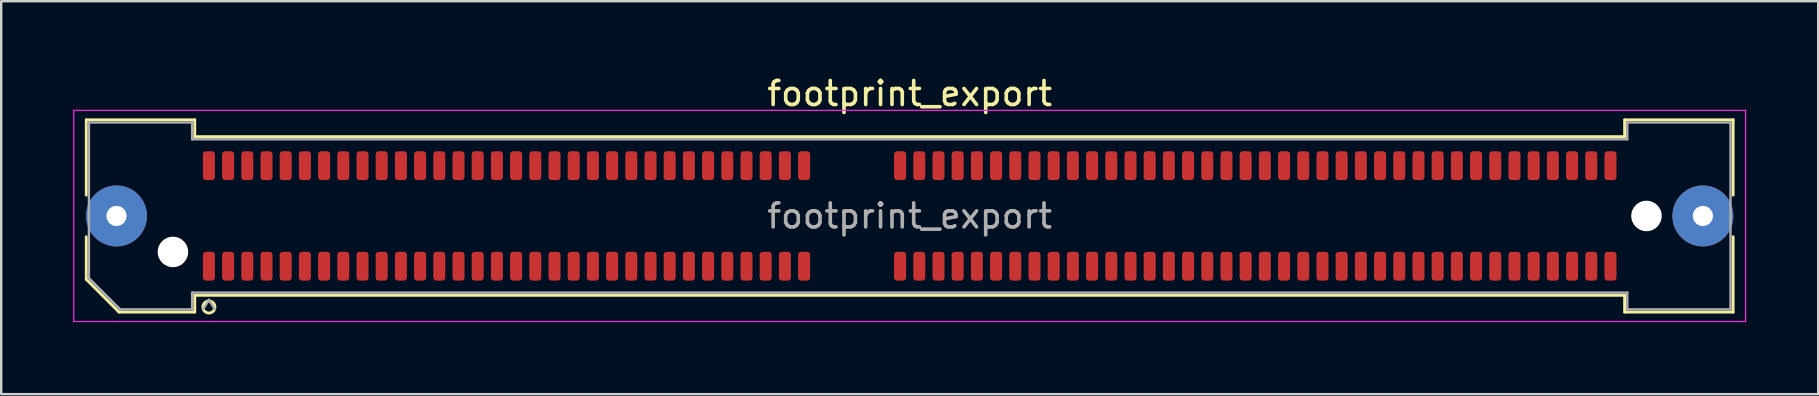
<source format=kicad_pcb>
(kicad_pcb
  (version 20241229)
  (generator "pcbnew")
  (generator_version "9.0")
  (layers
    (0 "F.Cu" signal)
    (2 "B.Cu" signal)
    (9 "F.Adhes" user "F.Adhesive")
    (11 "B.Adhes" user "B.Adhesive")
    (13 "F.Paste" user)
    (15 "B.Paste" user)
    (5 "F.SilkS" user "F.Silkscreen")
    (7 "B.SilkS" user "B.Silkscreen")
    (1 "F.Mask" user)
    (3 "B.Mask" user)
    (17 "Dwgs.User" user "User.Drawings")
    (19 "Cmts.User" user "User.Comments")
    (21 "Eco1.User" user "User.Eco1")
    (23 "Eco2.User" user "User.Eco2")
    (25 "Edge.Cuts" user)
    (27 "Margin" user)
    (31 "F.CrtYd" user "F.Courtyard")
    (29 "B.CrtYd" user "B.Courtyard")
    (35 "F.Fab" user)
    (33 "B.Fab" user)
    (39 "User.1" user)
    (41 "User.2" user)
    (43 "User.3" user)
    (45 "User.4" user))
  (footprint "footprint_export"
    (layer "F.Cu")
    (at 34.855 5.948)
    (property "Reference" "footprint_export" (at 0 -5.1 0) (layer "F.SilkS") (effects (font (size 1 1) (thickness 0.15))))
    (attr smd)
    (fp_line (start -34.31 -4.005) (end -29.79 -4.005) (stroke (width 0.12) (type solid)) (layer "F.SilkS"))
    (fp_line (start -34.31 -0.868) (end -34.31 -4.005) (stroke (width 0.12) (type solid)) (layer "F.SilkS"))
    (fp_line (start -34.31 2.641) (end -34.31 0.868) (stroke (width 0.12) (type solid)) (layer "F.SilkS"))
    (fp_line (start -32.946 4.005) (end -34.31 2.641) (stroke (width 0.12) (type solid)) (layer "F.SilkS"))
    (fp_line (start -29.79 -4.005) (end -29.79 -3.305) (stroke (width 0.12) (type solid)) (layer "F.SilkS"))
    (fp_line (start -29.79 -3.305) (end 29.79 -3.305) (stroke (width 0.12) (type solid)) (layer "F.SilkS"))
    (fp_line (start -29.79 3.305) (end -29.79 4.005) (stroke (width 0.12) (type solid)) (layer "F.SilkS"))
    (fp_line (start -29.79 4.005) (end -32.946 4.005) (stroke (width 0.12) (type solid)) (layer "F.SilkS"))
    (fp_line (start 29.79 -4.005) (end 34.31 -4.005) (stroke (width 0.12) (type solid)) (layer "F.SilkS"))
    (fp_line (start 29.79 -3.305) (end 29.79 -4.005) (stroke (width 0.12) (type solid)) (layer "F.SilkS"))
    (fp_line (start 29.79 3.305) (end -29.79 3.305) (stroke (width 0.12) (type solid)) (layer "F.SilkS"))
    (fp_line (start 29.79 4.005) (end 29.79 3.305) (stroke (width 0.12) (type solid)) (layer "F.SilkS"))
    (fp_line (start 34.31 -4.005) (end 34.31 -0.868) (stroke (width 0.12) (type solid)) (layer "F.SilkS"))
    (fp_line (start 34.31 0.868) (end 34.31 4.005) (stroke (width 0.12) (type solid)) (layer "F.SilkS"))
    (fp_line (start 34.31 4.005) (end 29.79 4.005) (stroke (width 0.12) (type solid)) (layer "F.SilkS"))
    (fp_arc (start -28.95 3.795) (mid -29.45 3.795) (end -28.95 3.795) (stroke (width 0.12) (type solid)) (layer "F.SilkS"))
    (fp_line (start -34.83 -4.4) (end -34.83 4.4) (stroke (width 0.05) (type solid)) (layer "F.CrtYd"))
    (fp_line (start -34.83 4.4) (end 34.83 4.4) (stroke (width 0.05) (type solid)) (layer "F.CrtYd"))
    (fp_line (start 34.83 -4.4) (end -34.83 -4.4) (stroke (width 0.05) (type solid)) (layer "F.CrtYd"))
    (fp_line (start 34.83 4.4) (end 34.83 -4.4) (stroke (width 0.05) (type solid)) (layer "F.CrtYd"))
    (fp_line (start -34.2 -3.895) (end -29.9 -3.895) (stroke (width 0.1) (type solid)) (layer "F.Fab"))
    (fp_line (start -34.2 2.595) (end -34.2 -3.895) (stroke (width 0.1) (type solid)) (layer "F.Fab"))
    (fp_line (start -32.9 3.895) (end -34.2 2.595) (stroke (width 0.1) (type solid)) (layer "F.Fab"))
    (fp_line (start -29.9 -3.895) (end -29.9 -3.195) (stroke (width 0.1) (type solid)) (layer "F.Fab"))
    (fp_line (start -29.9 -3.195) (end 29.9 -3.195) (stroke (width 0.1) (type solid)) (layer "F.Fab"))
    (fp_line (start -29.9 3.195) (end -29.9 3.895) (stroke (width 0.1) (type solid)) (layer "F.Fab"))
    (fp_line (start -29.9 3.895) (end -32.9 3.895) (stroke (width 0.1) (type solid)) (layer "F.Fab"))
    (fp_line (start -29.2 3.495) (end -29.45 3.895) (stroke (width 0.1) (type solid)) (layer "F.Fab"))
    (fp_line (start -29.2 3.495) (end -28.95 3.895) (stroke (width 0.1) (type solid)) (layer "F.Fab"))
    (fp_line (start 29.9 -3.895) (end 34.2 -3.895) (stroke (width 0.1) (type solid)) (layer "F.Fab"))
    (fp_line (start 29.9 -3.195) (end 29.9 -3.895) (stroke (width 0.1) (type solid)) (layer "F.Fab"))
    (fp_line (start 29.9 3.195) (end -29.9 3.195) (stroke (width 0.1) (type solid)) (layer "F.Fab"))
    (fp_line (start 29.9 3.895) (end 29.9 3.195) (stroke (width 0.1) (type solid)) (layer "F.Fab"))
    (fp_line (start 34.2 -3.895) (end 34.2 3.895) (stroke (width 0.1) (type solid)) (layer "F.Fab"))
    (fp_line (start 34.2 3.895) (end 29.9 3.895) (stroke (width 0.1) (type solid)) (layer "F.Fab"))
    (fp_text user "${REFERENCE}" (at 0 0 0) (layer "F.Fab") (effects (font (size 1 1) (thickness 0.15))))
    (pad "" thru_hole circle (at -33.05 0) (size 2.54 2.54) (drill 0.84) (layers "*.Cu" "*.Mask" "F.Paste"))
    (pad "" np_thru_hole circle (at -30.7 1.5) (size 1.27 1.27) (drill 1.27) (layers "*.Cu" "*.Mask"))
    (pad "" np_thru_hole circle (at 30.7 0) (size 1.27 1.27) (drill 1.27) (layers "*.Cu" "*.Mask"))
    (pad "" thru_hole circle (at 33.05 0) (size 2.54 2.54) (drill 0.84) (layers "*.Cu" "*.Mask" "F.Paste"))
    (pad "1" smd roundrect (at -29.2 2.095) (size 0.5 1.2) (layers "F.Cu" "F.Mask" "F.Paste") (roundrect_rratio 0.25))
    (pad "2" smd roundrect (at -29.2 -2.095) (size 0.5 1.2) (layers "F.Cu" "F.Mask" "F.Paste") (roundrect_rratio 0.25))
    (pad "3" smd roundrect (at -28.4 2.095) (size 0.5 1.2) (layers "F.Cu" "F.Mask" "F.Paste") (roundrect_rratio 0.25))
    (pad "4" smd roundrect (at -28.4 -2.095) (size 0.5 1.2) (layers "F.Cu" "F.Mask" "F.Paste") (roundrect_rratio 0.25))
    (pad "5" smd roundrect (at -27.6 2.095) (size 0.5 1.2) (layers "F.Cu" "F.Mask" "F.Paste") (roundrect_rratio 0.25))
    (pad "6" smd roundrect (at -27.6 -2.095) (size 0.5 1.2) (layers "F.Cu" "F.Mask" "F.Paste") (roundrect_rratio 0.25))
    (pad "7" smd roundrect (at -26.8 2.095) (size 0.5 1.2) (layers "F.Cu" "F.Mask" "F.Paste") (roundrect_rratio 0.25))
    (pad "8" smd roundrect (at -26.8 -2.095) (size 0.5 1.2) (layers "F.Cu" "F.Mask" "F.Paste") (roundrect_rratio 0.25))
    (pad "9" smd roundrect (at -26 2.095) (size 0.5 1.2) (layers "F.Cu" "F.Mask" "F.Paste") (roundrect_rratio 0.25))
    (pad "10" smd roundrect (at -26 -2.095) (size 0.5 1.2) (layers "F.Cu" "F.Mask" "F.Paste") (roundrect_rratio 0.25))
    (pad "11" smd roundrect (at -25.2 2.095) (size 0.5 1.2) (layers "F.Cu" "F.Mask" "F.Paste") (roundrect_rratio 0.25))
    (pad "12" smd roundrect (at -25.2 -2.095) (size 0.5 1.2) (layers "F.Cu" "F.Mask" "F.Paste") (roundrect_rratio 0.25))
    (pad "13" smd roundrect (at -24.4 2.095) (size 0.5 1.2) (layers "F.Cu" "F.Mask" "F.Paste") (roundrect_rratio 0.25))
    (pad "14" smd roundrect (at -24.4 -2.095) (size 0.5 1.2) (layers "F.Cu" "F.Mask" "F.Paste") (roundrect_rratio 0.25))
    (pad "15" smd roundrect (at -23.6 2.095) (size 0.5 1.2) (layers "F.Cu" "F.Mask" "F.Paste") (roundrect_rratio 0.25))
    (pad "16" smd roundrect (at -23.6 -2.095) (size 0.5 1.2) (layers "F.Cu" "F.Mask" "F.Paste") (roundrect_rratio 0.25))
    (pad "17" smd roundrect (at -22.8 2.095) (size 0.5 1.2) (layers "F.Cu" "F.Mask" "F.Paste") (roundrect_rratio 0.25))
    (pad "18" smd roundrect (at -22.8 -2.095) (size 0.5 1.2) (layers "F.Cu" "F.Mask" "F.Paste") (roundrect_rratio 0.25))
    (pad "19" smd roundrect (at -22 2.095) (size 0.5 1.2) (layers "F.Cu" "F.Mask" "F.Paste") (roundrect_rratio 0.25))
    (pad "20" smd roundrect (at -22 -2.095) (size 0.5 1.2) (layers "F.Cu" "F.Mask" "F.Paste") (roundrect_rratio 0.25))
    (pad "21" smd roundrect (at -21.2 2.095) (size 0.5 1.2) (layers "F.Cu" "F.Mask" "F.Paste") (roundrect_rratio 0.25))
    (pad "22" smd roundrect (at -21.2 -2.095) (size 0.5 1.2) (layers "F.Cu" "F.Mask" "F.Paste") (roundrect_rratio 0.25))
    (pad "23" smd roundrect (at -20.4 2.095) (size 0.5 1.2) (layers "F.Cu" "F.Mask" "F.Paste") (roundrect_rratio 0.25))
    (pad "24" smd roundrect (at -20.4 -2.095) (size 0.5 1.2) (layers "F.Cu" "F.Mask" "F.Paste") (roundrect_rratio 0.25))
    (pad "25" smd roundrect (at -19.6 2.095) (size 0.5 1.2) (layers "F.Cu" "F.Mask" "F.Paste") (roundrect_rratio 0.25))
    (pad "26" smd roundrect (at -19.6 -2.095) (size 0.5 1.2) (layers "F.Cu" "F.Mask" "F.Paste") (roundrect_rratio 0.25))
    (pad "27" smd roundrect (at -18.8 2.095) (size 0.5 1.2) (layers "F.Cu" "F.Mask" "F.Paste") (roundrect_rratio 0.25))
    (pad "28" smd roundrect (at -18.8 -2.095) (size 0.5 1.2) (layers "F.Cu" "F.Mask" "F.Paste") (roundrect_rratio 0.25))
    (pad "29" smd roundrect (at -18 2.095) (size 0.5 1.2) (layers "F.Cu" "F.Mask" "F.Paste") (roundrect_rratio 0.25))
    (pad "30" smd roundrect (at -18 -2.095) (size 0.5 1.2) (layers "F.Cu" "F.Mask" "F.Paste") (roundrect_rratio 0.25))
    (pad "31" smd roundrect (at -17.2 2.095) (size 0.5 1.2) (layers "F.Cu" "F.Mask" "F.Paste") (roundrect_rratio 0.25))
    (pad "32" smd roundrect (at -17.2 -2.095) (size 0.5 1.2) (layers "F.Cu" "F.Mask" "F.Paste") (roundrect_rratio 0.25))
    (pad "33" smd roundrect (at -16.4 2.095) (size 0.5 1.2) (layers "F.Cu" "F.Mask" "F.Paste") (roundrect_rratio 0.25))
    (pad "34" smd roundrect (at -16.4 -2.095) (size 0.5 1.2) (layers "F.Cu" "F.Mask" "F.Paste") (roundrect_rratio 0.25))
    (pad "35" smd roundrect (at -15.6 2.095) (size 0.5 1.2) (layers "F.Cu" "F.Mask" "F.Paste") (roundrect_rratio 0.25))
    (pad "36" smd roundrect (at -15.6 -2.095) (size 0.5 1.2) (layers "F.Cu" "F.Mask" "F.Paste") (roundrect_rratio 0.25))
    (pad "37" smd roundrect (at -14.8 2.095) (size 0.5 1.2) (layers "F.Cu" "F.Mask" "F.Paste") (roundrect_rratio 0.25))
    (pad "38" smd roundrect (at -14.8 -2.095) (size 0.5 1.2) (layers "F.Cu" "F.Mask" "F.Paste") (roundrect_rratio 0.25))
    (pad "39" smd roundrect (at -14 2.095) (size 0.5 1.2) (layers "F.Cu" "F.Mask" "F.Paste") (roundrect_rratio 0.25))
    (pad "40" smd roundrect (at -14 -2.095) (size 0.5 1.2) (layers "F.Cu" "F.Mask" "F.Paste") (roundrect_rratio 0.25))
    (pad "41" smd roundrect (at -13.2 2.095) (size 0.5 1.2) (layers "F.Cu" "F.Mask" "F.Paste") (roundrect_rratio 0.25))
    (pad "42" smd roundrect (at -13.2 -2.095) (size 0.5 1.2) (layers "F.Cu" "F.Mask" "F.Paste") (roundrect_rratio 0.25))
    (pad "43" smd roundrect (at -12.4 2.095) (size 0.5 1.2) (layers "F.Cu" "F.Mask" "F.Paste") (roundrect_rratio 0.25))
    (pad "44" smd roundrect (at -12.4 -2.095) (size 0.5 1.2) (layers "F.Cu" "F.Mask" "F.Paste") (roundrect_rratio 0.25))
    (pad "45" smd roundrect (at -11.6 2.095) (size 0.5 1.2) (layers "F.Cu" "F.Mask" "F.Paste") (roundrect_rratio 0.25))
    (pad "46" smd roundrect (at -11.6 -2.095) (size 0.5 1.2) (layers "F.Cu" "F.Mask" "F.Paste") (roundrect_rratio 0.25))
    (pad "47" smd roundrect (at -10.8 2.095) (size 0.5 1.2) (layers "F.Cu" "F.Mask" "F.Paste") (roundrect_rratio 0.25))
    (pad "48" smd roundrect (at -10.8 -2.095) (size 0.5 1.2) (layers "F.Cu" "F.Mask" "F.Paste") (roundrect_rratio 0.25))
    (pad "49" smd roundrect (at -10 2.095) (size 0.5 1.2) (layers "F.Cu" "F.Mask" "F.Paste") (roundrect_rratio 0.25))
    (pad "50" smd roundrect (at -10 -2.095) (size 0.5 1.2) (layers "F.Cu" "F.Mask" "F.Paste") (roundrect_rratio 0.25))
    (pad "51" smd roundrect (at -9.2 2.095) (size 0.5 1.2) (layers "F.Cu" "F.Mask" "F.Paste") (roundrect_rratio 0.25))
    (pad "52" smd roundrect (at -9.2 -2.095) (size 0.5 1.2) (layers "F.Cu" "F.Mask" "F.Paste") (roundrect_rratio 0.25))
    (pad "53" smd roundrect (at -8.4 2.095) (size 0.5 1.2) (layers "F.Cu" "F.Mask" "F.Paste") (roundrect_rratio 0.25))
    (pad "54" smd roundrect (at -8.4 -2.095) (size 0.5 1.2) (layers "F.Cu" "F.Mask" "F.Paste") (roundrect_rratio 0.25))
    (pad "55" smd roundrect (at -7.6 2.095) (size 0.5 1.2) (layers "F.Cu" "F.Mask" "F.Paste") (roundrect_rratio 0.25))
    (pad "56" smd roundrect (at -7.6 -2.095) (size 0.5 1.2) (layers "F.Cu" "F.Mask" "F.Paste") (roundrect_rratio 0.25))
    (pad "57" smd roundrect (at -6.8 2.095) (size 0.5 1.2) (layers "F.Cu" "F.Mask" "F.Paste") (roundrect_rratio 0.25))
    (pad "58" smd roundrect (at -6.8 -2.095) (size 0.5 1.2) (layers "F.Cu" "F.Mask" "F.Paste") (roundrect_rratio 0.25))
    (pad "59" smd roundrect (at -6 2.095) (size 0.5 1.2) (layers "F.Cu" "F.Mask" "F.Paste") (roundrect_rratio 0.25))
    (pad "60" smd roundrect (at -6 -2.095) (size 0.5 1.2) (layers "F.Cu" "F.Mask" "F.Paste") (roundrect_rratio 0.25))
    (pad "61" smd roundrect (at -5.2 2.095) (size 0.5 1.2) (layers "F.Cu" "F.Mask" "F.Paste") (roundrect_rratio 0.25))
    (pad "62" smd roundrect (at -5.2 -2.095) (size 0.5 1.2) (layers "F.Cu" "F.Mask" "F.Paste") (roundrect_rratio 0.25))
    (pad "63" smd roundrect (at -4.4 2.095) (size 0.5 1.2) (layers "F.Cu" "F.Mask" "F.Paste") (roundrect_rratio 0.25))
    (pad "64" smd roundrect (at -4.4 -2.095) (size 0.5 1.2) (layers "F.Cu" "F.Mask" "F.Paste") (roundrect_rratio 0.25))
    (pad "65" smd roundrect (at -0.4 2.095) (size 0.5 1.2) (layers "F.Cu" "F.Mask" "F.Paste") (roundrect_rratio 0.25))
    (pad "66" smd roundrect (at -0.4 -2.095) (size 0.5 1.2) (layers "F.Cu" "F.Mask" "F.Paste") (roundrect_rratio 0.25))
    (pad "67" smd roundrect (at 0.4 2.095) (size 0.5 1.2) (layers "F.Cu" "F.Mask" "F.Paste") (roundrect_rratio 0.25))
    (pad "68" smd roundrect (at 0.4 -2.095) (size 0.5 1.2) (layers "F.Cu" "F.Mask" "F.Paste") (roundrect_rratio 0.25))
    (pad "69" smd roundrect (at 1.2 2.095) (size 0.5 1.2) (layers "F.Cu" "F.Mask" "F.Paste") (roundrect_rratio 0.25))
    (pad "70" smd roundrect (at 1.2 -2.095) (size 0.5 1.2) (layers "F.Cu" "F.Mask" "F.Paste") (roundrect_rratio 0.25))
    (pad "71" smd roundrect (at 2 2.095) (size 0.5 1.2) (layers "F.Cu" "F.Mask" "F.Paste") (roundrect_rratio 0.25))
    (pad "72" smd roundrect (at 2 -2.095) (size 0.5 1.2) (layers "F.Cu" "F.Mask" "F.Paste") (roundrect_rratio 0.25))
    (pad "73" smd roundrect (at 2.8 2.095) (size 0.5 1.2) (layers "F.Cu" "F.Mask" "F.Paste") (roundrect_rratio 0.25))
    (pad "74" smd roundrect (at 2.8 -2.095) (size 0.5 1.2) (layers "F.Cu" "F.Mask" "F.Paste") (roundrect_rratio 0.25))
    (pad "75" smd roundrect (at 3.6 2.095) (size 0.5 1.2) (layers "F.Cu" "F.Mask" "F.Paste") (roundrect_rratio 0.25))
    (pad "76" smd roundrect (at 3.6 -2.095) (size 0.5 1.2) (layers "F.Cu" "F.Mask" "F.Paste") (roundrect_rratio 0.25))
    (pad "77" smd roundrect (at 4.4 2.095) (size 0.5 1.2) (layers "F.Cu" "F.Mask" "F.Paste") (roundrect_rratio 0.25))
    (pad "78" smd roundrect (at 4.4 -2.095) (size 0.5 1.2) (layers "F.Cu" "F.Mask" "F.Paste") (roundrect_rratio 0.25))
    (pad "79" smd roundrect (at 5.2 2.095) (size 0.5 1.2) (layers "F.Cu" "F.Mask" "F.Paste") (roundrect_rratio 0.25))
    (pad "80" smd roundrect (at 5.2 -2.095) (size 0.5 1.2) (layers "F.Cu" "F.Mask" "F.Paste") (roundrect_rratio 0.25))
    (pad "81" smd roundrect (at 6 2.095) (size 0.5 1.2) (layers "F.Cu" "F.Mask" "F.Paste") (roundrect_rratio 0.25))
    (pad "82" smd roundrect (at 6 -2.095) (size 0.5 1.2) (layers "F.Cu" "F.Mask" "F.Paste") (roundrect_rratio 0.25))
    (pad "83" smd roundrect (at 6.8 2.095) (size 0.5 1.2) (layers "F.Cu" "F.Mask" "F.Paste") (roundrect_rratio 0.25))
    (pad "84" smd roundrect (at 6.8 -2.095) (size 0.5 1.2) (layers "F.Cu" "F.Mask" "F.Paste") (roundrect_rratio 0.25))
    (pad "85" smd roundrect (at 7.6 2.095) (size 0.5 1.2) (layers "F.Cu" "F.Mask" "F.Paste") (roundrect_rratio 0.25))
    (pad "86" smd roundrect (at 7.6 -2.095) (size 0.5 1.2) (layers "F.Cu" "F.Mask" "F.Paste") (roundrect_rratio 0.25))
    (pad "87" smd roundrect (at 8.4 2.095) (size 0.5 1.2) (layers "F.Cu" "F.Mask" "F.Paste") (roundrect_rratio 0.25))
    (pad "88" smd roundrect (at 8.4 -2.095) (size 0.5 1.2) (layers "F.Cu" "F.Mask" "F.Paste") (roundrect_rratio 0.25))
    (pad "89" smd roundrect (at 9.2 2.095) (size 0.5 1.2) (layers "F.Cu" "F.Mask" "F.Paste") (roundrect_rratio 0.25))
    (pad "90" smd roundrect (at 9.2 -2.095) (size 0.5 1.2) (layers "F.Cu" "F.Mask" "F.Paste") (roundrect_rratio 0.25))
    (pad "91" smd roundrect (at 10 2.095) (size 0.5 1.2) (layers "F.Cu" "F.Mask" "F.Paste") (roundrect_rratio 0.25))
    (pad "92" smd roundrect (at 10 -2.095) (size 0.5 1.2) (layers "F.Cu" "F.Mask" "F.Paste") (roundrect_rratio 0.25))
    (pad "93" smd roundrect (at 10.8 2.095) (size 0.5 1.2) (layers "F.Cu" "F.Mask" "F.Paste") (roundrect_rratio 0.25))
    (pad "94" smd roundrect (at 10.8 -2.095) (size 0.5 1.2) (layers "F.Cu" "F.Mask" "F.Paste") (roundrect_rratio 0.25))
    (pad "95" smd roundrect (at 11.6 2.095) (size 0.5 1.2) (layers "F.Cu" "F.Mask" "F.Paste") (roundrect_rratio 0.25))
    (pad "96" smd roundrect (at 11.6 -2.095) (size 0.5 1.2) (layers "F.Cu" "F.Mask" "F.Paste") (roundrect_rratio 0.25))
    (pad "97" smd roundrect (at 12.4 2.095) (size 0.5 1.2) (layers "F.Cu" "F.Mask" "F.Paste") (roundrect_rratio 0.25))
    (pad "98" smd roundrect (at 12.4 -2.095) (size 0.5 1.2) (layers "F.Cu" "F.Mask" "F.Paste") (roundrect_rratio 0.25))
    (pad "99" smd roundrect (at 13.2 2.095) (size 0.5 1.2) (layers "F.Cu" "F.Mask" "F.Paste") (roundrect_rratio 0.25))
    (pad "100" smd roundrect (at 13.2 -2.095) (size 0.5 1.2) (layers "F.Cu" "F.Mask" "F.Paste") (roundrect_rratio 0.25))
    (pad "101" smd roundrect (at 14 2.095) (size 0.5 1.2) (layers "F.Cu" "F.Mask" "F.Paste") (roundrect_rratio 0.25))
    (pad "102" smd roundrect (at 14 -2.095) (size 0.5 1.2) (layers "F.Cu" "F.Mask" "F.Paste") (roundrect_rratio 0.25))
    (pad "103" smd roundrect (at 14.8 2.095) (size 0.5 1.2) (layers "F.Cu" "F.Mask" "F.Paste") (roundrect_rratio 0.25))
    (pad "104" smd roundrect (at 14.8 -2.095) (size 0.5 1.2) (layers "F.Cu" "F.Mask" "F.Paste") (roundrect_rratio 0.25))
    (pad "105" smd roundrect (at 15.6 2.095) (size 0.5 1.2) (layers "F.Cu" "F.Mask" "F.Paste") (roundrect_rratio 0.25))
    (pad "106" smd roundrect (at 15.6 -2.095) (size 0.5 1.2) (layers "F.Cu" "F.Mask" "F.Paste") (roundrect_rratio 0.25))
    (pad "107" smd roundrect (at 16.4 2.095) (size 0.5 1.2) (layers "F.Cu" "F.Mask" "F.Paste") (roundrect_rratio 0.25))
    (pad "108" smd roundrect (at 16.4 -2.095) (size 0.5 1.2) (layers "F.Cu" "F.Mask" "F.Paste") (roundrect_rratio 0.25))
    (pad "109" smd roundrect (at 17.2 2.095) (size 0.5 1.2) (layers "F.Cu" "F.Mask" "F.Paste") (roundrect_rratio 0.25))
    (pad "110" smd roundrect (at 17.2 -2.095) (size 0.5 1.2) (layers "F.Cu" "F.Mask" "F.Paste") (roundrect_rratio 0.25))
    (pad "111" smd roundrect (at 18 2.095) (size 0.5 1.2) (layers "F.Cu" "F.Mask" "F.Paste") (roundrect_rratio 0.25))
    (pad "112" smd roundrect (at 18 -2.095) (size 0.5 1.2) (layers "F.Cu" "F.Mask" "F.Paste") (roundrect_rratio 0.25))
    (pad "113" smd roundrect (at 18.8 2.095) (size 0.5 1.2) (layers "F.Cu" "F.Mask" "F.Paste") (roundrect_rratio 0.25))
    (pad "114" smd roundrect (at 18.8 -2.095) (size 0.5 1.2) (layers "F.Cu" "F.Mask" "F.Paste") (roundrect_rratio 0.25))
    (pad "115" smd roundrect (at 19.6 2.095) (size 0.5 1.2) (layers "F.Cu" "F.Mask" "F.Paste") (roundrect_rratio 0.25))
    (pad "116" smd roundrect (at 19.6 -2.095) (size 0.5 1.2) (layers "F.Cu" "F.Mask" "F.Paste") (roundrect_rratio 0.25))
    (pad "117" smd roundrect (at 20.4 2.095) (size 0.5 1.2) (layers "F.Cu" "F.Mask" "F.Paste") (roundrect_rratio 0.25))
    (pad "118" smd roundrect (at 20.4 -2.095) (size 0.5 1.2) (layers "F.Cu" "F.Mask" "F.Paste") (roundrect_rratio 0.25))
    (pad "119" smd roundrect (at 21.2 2.095) (size 0.5 1.2) (layers "F.Cu" "F.Mask" "F.Paste") (roundrect_rratio 0.25))
    (pad "120" smd roundrect (at 21.2 -2.095) (size 0.5 1.2) (layers "F.Cu" "F.Mask" "F.Paste") (roundrect_rratio 0.25))
    (pad "121" smd roundrect (at 22 2.095) (size 0.5 1.2) (layers "F.Cu" "F.Mask" "F.Paste") (roundrect_rratio 0.25))
    (pad "122" smd roundrect (at 22 -2.095) (size 0.5 1.2) (layers "F.Cu" "F.Mask" "F.Paste") (roundrect_rratio 0.25))
    (pad "123" smd roundrect (at 22.8 2.095) (size 0.5 1.2) (layers "F.Cu" "F.Mask" "F.Paste") (roundrect_rratio 0.25))
    (pad "124" smd roundrect (at 22.8 -2.095) (size 0.5 1.2) (layers "F.Cu" "F.Mask" "F.Paste") (roundrect_rratio 0.25))
    (pad "125" smd roundrect (at 23.6 2.095) (size 0.5 1.2) (layers "F.Cu" "F.Mask" "F.Paste") (roundrect_rratio 0.25))
    (pad "126" smd roundrect (at 23.6 -2.095) (size 0.5 1.2) (layers "F.Cu" "F.Mask" "F.Paste") (roundrect_rratio 0.25))
    (pad "127" smd roundrect (at 24.4 2.095) (size 0.5 1.2) (layers "F.Cu" "F.Mask" "F.Paste") (roundrect_rratio 0.25))
    (pad "128" smd roundrect (at 24.4 -2.095) (size 0.5 1.2) (layers "F.Cu" "F.Mask" "F.Paste") (roundrect_rratio 0.25))
    (pad "129" smd roundrect (at 25.2 2.095) (size 0.5 1.2) (layers "F.Cu" "F.Mask" "F.Paste") (roundrect_rratio 0.25))
    (pad "130" smd roundrect (at 25.2 -2.095) (size 0.5 1.2) (layers "F.Cu" "F.Mask" "F.Paste") (roundrect_rratio 0.25))
    (pad "131" smd roundrect (at 26 2.095) (size 0.5 1.2) (layers "F.Cu" "F.Mask" "F.Paste") (roundrect_rratio 0.25))
    (pad "132" smd roundrect (at 26 -2.095) (size 0.5 1.2) (layers "F.Cu" "F.Mask" "F.Paste") (roundrect_rratio 0.25))
    (pad "133" smd roundrect (at 26.8 2.095) (size 0.5 1.2) (layers "F.Cu" "F.Mask" "F.Paste") (roundrect_rratio 0.25))
    (pad "134" smd roundrect (at 26.8 -2.095) (size 0.5 1.2) (layers "F.Cu" "F.Mask" "F.Paste") (roundrect_rratio 0.25))
    (pad "135" smd roundrect (at 27.6 2.095) (size 0.5 1.2) (layers "F.Cu" "F.Mask" "F.Paste") (roundrect_rratio 0.25))
    (pad "136" smd roundrect (at 27.6 -2.095) (size 0.5 1.2) (layers "F.Cu" "F.Mask" "F.Paste") (roundrect_rratio 0.25))
    (pad "137" smd roundrect (at 28.4 2.095) (size 0.5 1.2) (layers "F.Cu" "F.Mask" "F.Paste") (roundrect_rratio 0.25))
    (pad "138" smd roundrect (at 28.4 -2.095) (size 0.5 1.2) (layers "F.Cu" "F.Mask" "F.Paste") (roundrect_rratio 0.25))
    (pad "139" smd roundrect (at 29.2 2.095) (size 0.5 1.2) (layers "F.Cu" "F.Mask" "F.Paste") (roundrect_rratio 0.25))
    (pad "140" smd roundrect (at 29.2 -2.095) (size 0.5 1.2) (layers "F.Cu" "F.Mask" "F.Paste") (roundrect_rratio 0.25)))
  (gr_rect
    (start -3 -3)
    (end 72.71 13.373)
    (stroke (width 0.1) (type default))
    (fill no)
    (layer "Edge.Cuts")))
</source>
